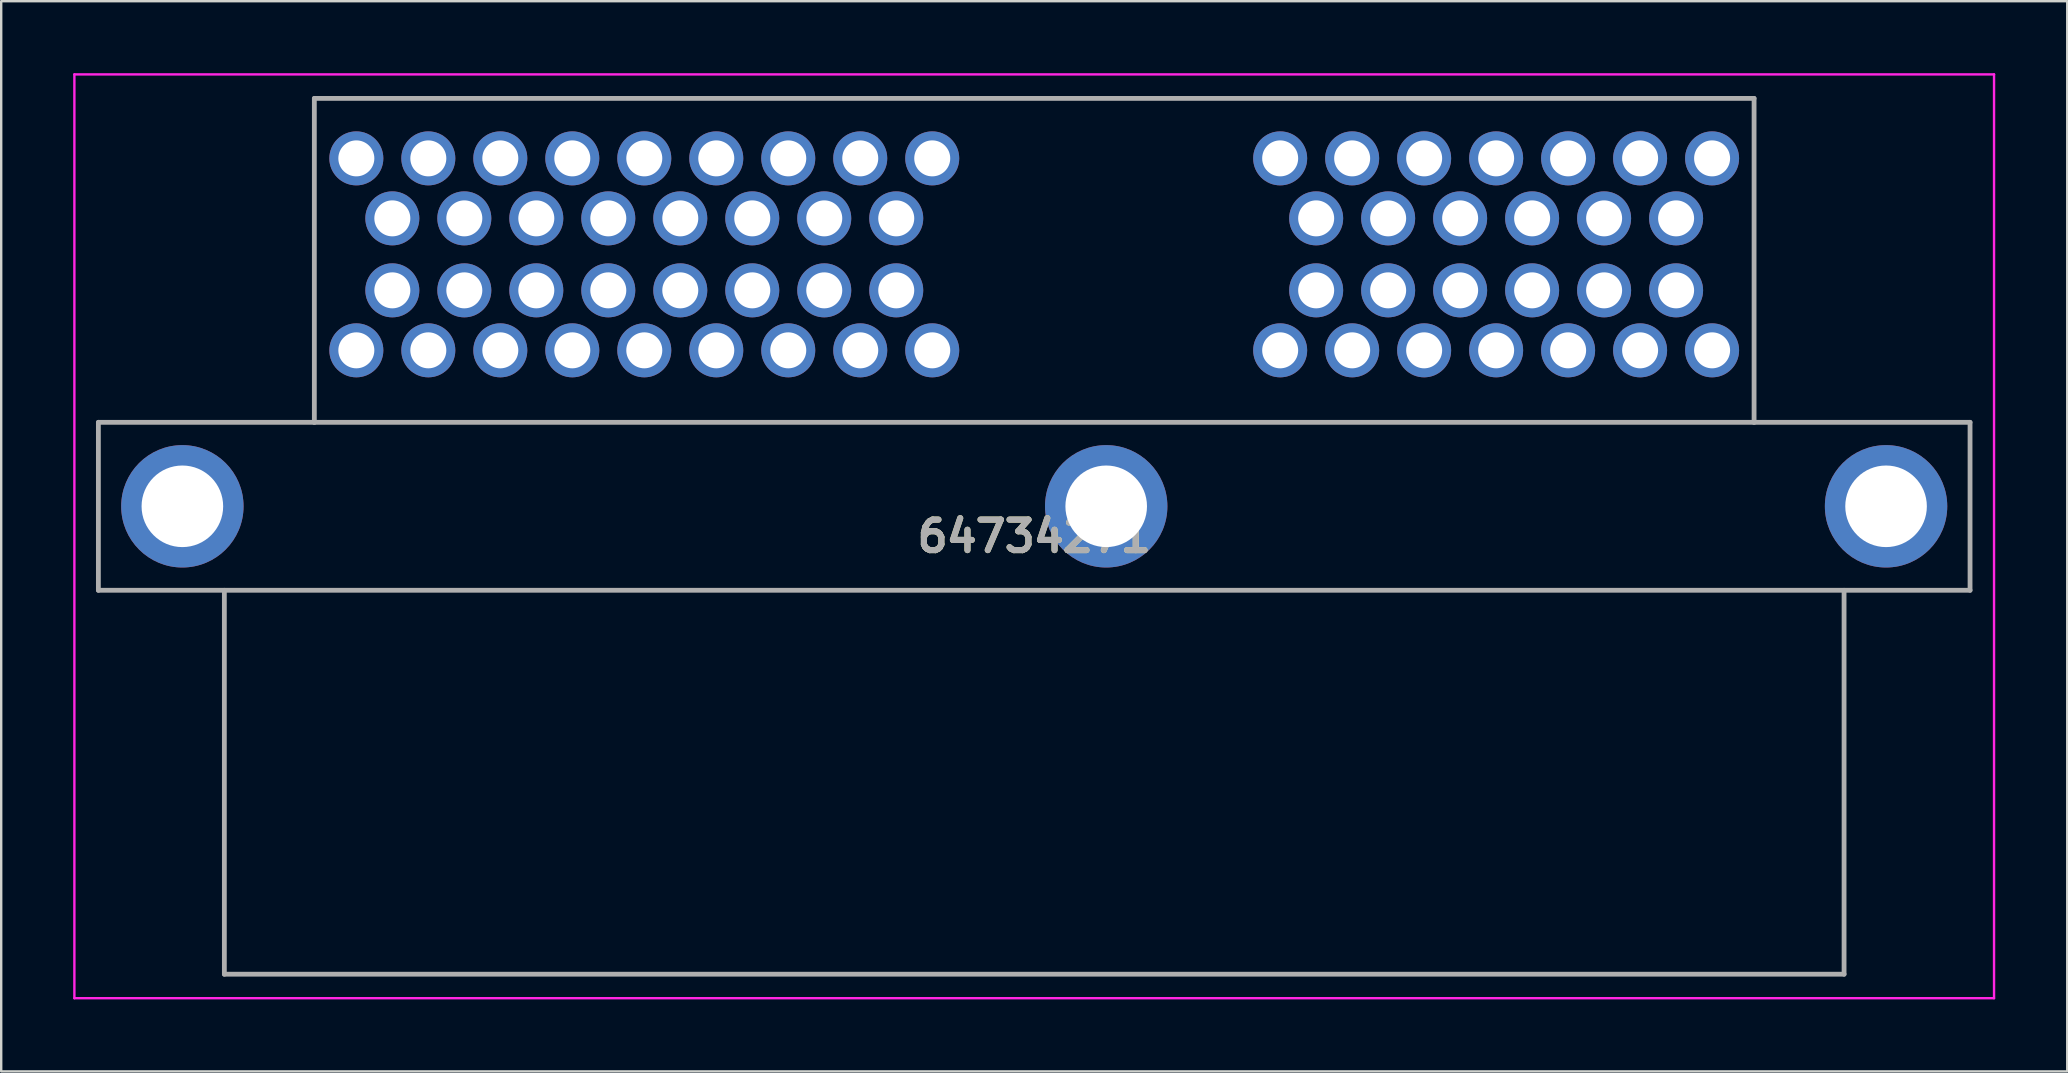
<source format=kicad_pcb>
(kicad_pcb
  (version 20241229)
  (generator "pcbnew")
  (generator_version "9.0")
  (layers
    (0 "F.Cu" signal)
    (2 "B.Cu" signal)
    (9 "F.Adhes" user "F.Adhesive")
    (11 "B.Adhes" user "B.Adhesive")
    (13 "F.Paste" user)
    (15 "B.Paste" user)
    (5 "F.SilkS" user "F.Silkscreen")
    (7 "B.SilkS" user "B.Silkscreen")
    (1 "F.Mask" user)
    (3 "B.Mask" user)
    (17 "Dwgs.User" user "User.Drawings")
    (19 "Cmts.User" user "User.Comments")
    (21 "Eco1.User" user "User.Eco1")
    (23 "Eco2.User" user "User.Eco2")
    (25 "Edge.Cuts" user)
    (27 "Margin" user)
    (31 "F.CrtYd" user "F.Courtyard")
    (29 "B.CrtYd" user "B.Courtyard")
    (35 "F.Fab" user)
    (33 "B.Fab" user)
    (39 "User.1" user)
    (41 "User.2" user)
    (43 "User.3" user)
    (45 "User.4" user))
  (footprint "64734271"
    (layer "F.Cu")
    (at 11.8 3.55)
    (property "Reference" "64734271" (at 28.25 15.75 0) (layer "F.SilkS") (effects (font (size 1.27 1.27) (thickness 0.254))))
    (attr through_hole)
    (fp_line (start -10.75 11) (end -1.75 11) (stroke (width 0.1) (type solid)) (layer "F.SilkS"))
    (fp_line (start -10.75 18) (end -10.75 11) (stroke (width 0.1) (type solid)) (layer "F.SilkS"))
    (fp_line (start -1.75 -2.5) (end 58.25 -2.5) (stroke (width 0.1) (type solid)) (layer "F.SilkS"))
    (fp_line (start -1.75 11) (end -1.75 -2.5) (stroke (width 0.1) (type solid)) (layer "F.SilkS"))
    (fp_line (start 58.25 -2.5) (end 58.25 11) (stroke (width 0.1) (type solid)) (layer "F.SilkS"))
    (fp_line (start 58.25 11) (end 67.25 11) (stroke (width 0.1) (type solid)) (layer "F.SilkS"))
    (fp_line (start 67.25 11) (end 67.25 18) (stroke (width 0.1) (type solid)) (layer "F.SilkS"))
    (fp_line (start 67.25 18) (end -10.75 18) (stroke (width 0.1) (type solid)) (layer "F.SilkS"))
    (fp_line (start -11.75 -3.5) (end 68.25 -3.5) (stroke (width 0.1) (type solid)) (layer "F.CrtYd"))
    (fp_line (start -11.75 35) (end -11.75 -3.5) (stroke (width 0.1) (type solid)) (layer "F.CrtYd"))
    (fp_line (start 68.25 -3.5) (end 68.25 35) (stroke (width 0.1) (type solid)) (layer "F.CrtYd"))
    (fp_line (start 68.25 35) (end -11.75 35) (stroke (width 0.1) (type solid)) (layer "F.CrtYd"))
    (fp_line (start -10.75 11) (end -10.75 18) (stroke (width 0.2) (type solid)) (layer "F.Fab"))
    (fp_line (start -10.75 18) (end 67.25 18) (stroke (width 0.2) (type solid)) (layer "F.Fab"))
    (fp_line (start -5.5 18) (end -5.5 34) (stroke (width 0.2) (type solid)) (layer "F.Fab"))
    (fp_line (start -5.5 34) (end 62 34) (stroke (width 0.2) (type solid)) (layer "F.Fab"))
    (fp_line (start -1.75 -2.5) (end 58.25 -2.5) (stroke (width 0.2) (type solid)) (layer "F.Fab"))
    (fp_line (start -1.75 11) (end -10.75 11) (stroke (width 0.2) (type solid)) (layer "F.Fab"))
    (fp_line (start -1.75 11) (end -1.75 -2.5) (stroke (width 0.2) (type solid)) (layer "F.Fab"))
    (fp_line (start 58.25 -2.5) (end 58.25 11) (stroke (width 0.2) (type solid)) (layer "F.Fab"))
    (fp_line (start 58.25 11) (end -1.75 11) (stroke (width 0.2) (type solid)) (layer "F.Fab"))
    (fp_line (start 62 34) (end 62 18) (stroke (width 0.2) (type solid)) (layer "F.Fab"))
    (fp_line (start 67.25 11) (end 58.25 11) (stroke (width 0.2) (type solid)) (layer "F.Fab"))
    (fp_line (start 67.25 18) (end 67.25 11) (stroke (width 0.2) (type solid)) (layer "F.Fab"))
    (fp_text user "${REFERENCE}" (at 28.25 15.75 0) (layer "F.Fab") (effects (font (size 1.27 1.27) (thickness 0.254))))
    (pad "1" thru_hole circle (at 0 0) (size 2.25 2.25) (drill 1.5) (layers "*.Cu" "*.Mask"))
    (pad "2" thru_hole circle (at 1.5 2.5) (size 2.25 2.25) (drill 1.5) (layers "*.Cu" "*.Mask"))
    (pad "3" thru_hole circle (at 3 0) (size 2.25 2.25) (drill 1.5) (layers "*.Cu" "*.Mask"))
    (pad "4" thru_hole circle (at 4.5 2.5) (size 2.25 2.25) (drill 1.5) (layers "*.Cu" "*.Mask"))
    (pad "5" thru_hole circle (at 6 0) (size 2.25 2.25) (drill 1.5) (layers "*.Cu" "*.Mask"))
    (pad "6" thru_hole circle (at 7.5 2.5) (size 2.25 2.25) (drill 1.5) (layers "*.Cu" "*.Mask"))
    (pad "7" thru_hole circle (at 9 0) (size 2.25 2.25) (drill 1.5) (layers "*.Cu" "*.Mask"))
    (pad "8" thru_hole circle (at 10.5 2.5) (size 2.25 2.25) (drill 1.5) (layers "*.Cu" "*.Mask"))
    (pad "9" thru_hole circle (at 12 0) (size 2.25 2.25) (drill 1.5) (layers "*.Cu" "*.Mask"))
    (pad "10" thru_hole circle (at 13.5 2.5) (size 2.25 2.25) (drill 1.5) (layers "*.Cu" "*.Mask"))
    (pad "11" thru_hole circle (at 15 0) (size 2.25 2.25) (drill 1.5) (layers "*.Cu" "*.Mask"))
    (pad "12" thru_hole circle (at 16.5 2.5) (size 2.25 2.25) (drill 1.5) (layers "*.Cu" "*.Mask"))
    (pad "13" thru_hole circle (at 18 0) (size 2.25 2.25) (drill 1.5) (layers "*.Cu" "*.Mask"))
    (pad "14" thru_hole circle (at 19.5 2.5) (size 2.25 2.25) (drill 1.5) (layers "*.Cu" "*.Mask"))
    (pad "15" thru_hole circle (at 21 0) (size 2.25 2.25) (drill 1.5) (layers "*.Cu" "*.Mask"))
    (pad "16" thru_hole circle (at 22.5 2.5) (size 2.25 2.25) (drill 1.5) (layers "*.Cu" "*.Mask"))
    (pad "17" thru_hole circle (at 24 0) (size 2.25 2.25) (drill 1.5) (layers "*.Cu" "*.Mask"))
    (pad "18" thru_hole circle (at 0 8) (size 2.25 2.25) (drill 1.5) (layers "*.Cu" "*.Mask"))
    (pad "19" thru_hole circle (at 1.5 5.5) (size 2.25 2.25) (drill 1.5) (layers "*.Cu" "*.Mask"))
    (pad "20" thru_hole circle (at 3 8) (size 2.25 2.25) (drill 1.5) (layers "*.Cu" "*.Mask"))
    (pad "21" thru_hole circle (at 4.5 5.5) (size 2.25 2.25) (drill 1.5) (layers "*.Cu" "*.Mask"))
    (pad "22" thru_hole circle (at 6 8) (size 2.25 2.25) (drill 1.5) (layers "*.Cu" "*.Mask"))
    (pad "23" thru_hole circle (at 7.5 5.5) (size 2.25 2.25) (drill 1.5) (layers "*.Cu" "*.Mask"))
    (pad "24" thru_hole circle (at 9 8) (size 2.25 2.25) (drill 1.5) (layers "*.Cu" "*.Mask"))
    (pad "25" thru_hole circle (at 10.5 5.5) (size 2.25 2.25) (drill 1.5) (layers "*.Cu" "*.Mask"))
    (pad "26" thru_hole circle (at 12 8) (size 2.25 2.25) (drill 1.5) (layers "*.Cu" "*.Mask"))
    (pad "27" thru_hole circle (at 13.5 5.5) (size 2.25 2.25) (drill 1.5) (layers "*.Cu" "*.Mask"))
    (pad "28" thru_hole circle (at 15 8) (size 2.25 2.25) (drill 1.5) (layers "*.Cu" "*.Mask"))
    (pad "29" thru_hole circle (at 16.5 5.5) (size 2.25 2.25) (drill 1.5) (layers "*.Cu" "*.Mask"))
    (pad "30" thru_hole circle (at 18 8) (size 2.25 2.25) (drill 1.5) (layers "*.Cu" "*.Mask"))
    (pad "31" thru_hole circle (at 19.5 5.5) (size 2.25 2.25) (drill 1.5) (layers "*.Cu" "*.Mask"))
    (pad "32" thru_hole circle (at 21 8) (size 2.25 2.25) (drill 1.5) (layers "*.Cu" "*.Mask"))
    (pad "33" thru_hole circle (at 22.5 5.5) (size 2.25 2.25) (drill 1.5) (layers "*.Cu" "*.Mask"))
    (pad "34" thru_hole circle (at 24 8) (size 2.25 2.25) (drill 1.5) (layers "*.Cu" "*.Mask"))
    (pad "35" thru_hole circle (at 38.5 0) (size 2.25 2.25) (drill 1.5) (layers "*.Cu" "*.Mask"))
    (pad "36" thru_hole circle (at 40 2.5) (size 2.25 2.25) (drill 1.5) (layers "*.Cu" "*.Mask"))
    (pad "37" thru_hole circle (at 41.5 0) (size 2.25 2.25) (drill 1.5) (layers "*.Cu" "*.Mask"))
    (pad "38" thru_hole circle (at 43 2.5) (size 2.25 2.25) (drill 1.5) (layers "*.Cu" "*.Mask"))
    (pad "39" thru_hole circle (at 44.5 0) (size 2.25 2.25) (drill 1.5) (layers "*.Cu" "*.Mask"))
    (pad "40" thru_hole circle (at 46 2.5) (size 2.25 2.25) (drill 1.5) (layers "*.Cu" "*.Mask"))
    (pad "41" thru_hole circle (at 47.5 0) (size 2.25 2.25) (drill 1.5) (layers "*.Cu" "*.Mask"))
    (pad "42" thru_hole circle (at 49 2.5) (size 2.25 2.25) (drill 1.5) (layers "*.Cu" "*.Mask"))
    (pad "43" thru_hole circle (at 50.5 0) (size 2.25 2.25) (drill 1.5) (layers "*.Cu" "*.Mask"))
    (pad "44" thru_hole circle (at 52 2.5) (size 2.25 2.25) (drill 1.5) (layers "*.Cu" "*.Mask"))
    (pad "45" thru_hole circle (at 53.5 0) (size 2.25 2.25) (drill 1.5) (layers "*.Cu" "*.Mask"))
    (pad "46" thru_hole circle (at 55 2.5) (size 2.25 2.25) (drill 1.5) (layers "*.Cu" "*.Mask"))
    (pad "47" thru_hole circle (at 56.5 0) (size 2.25 2.25) (drill 1.5) (layers "*.Cu" "*.Mask"))
    (pad "48" thru_hole circle (at 38.5 8) (size 2.25 2.25) (drill 1.5) (layers "*.Cu" "*.Mask"))
    (pad "49" thru_hole circle (at 40 5.5) (size 2.25 2.25) (drill 1.5) (layers "*.Cu" "*.Mask"))
    (pad "50" thru_hole circle (at 41.5 8) (size 2.25 2.25) (drill 1.5) (layers "*.Cu" "*.Mask"))
    (pad "51" thru_hole circle (at 43 5.5) (size 2.25 2.25) (drill 1.5) (layers "*.Cu" "*.Mask"))
    (pad "52" thru_hole circle (at 44.5 8) (size 2.25 2.25) (drill 1.5) (layers "*.Cu" "*.Mask"))
    (pad "53" thru_hole circle (at 46 5.5) (size 2.25 2.25) (drill 1.5) (layers "*.Cu" "*.Mask"))
    (pad "54" thru_hole circle (at 47.5 8) (size 2.25 2.25) (drill 1.5) (layers "*.Cu" "*.Mask"))
    (pad "55" thru_hole circle (at 49 5.5) (size 2.25 2.25) (drill 1.5) (layers "*.Cu" "*.Mask"))
    (pad "56" thru_hole circle (at 50.5 8) (size 2.25 2.25) (drill 1.5) (layers "*.Cu" "*.Mask"))
    (pad "57" thru_hole circle (at 52 5.5) (size 2.25 2.25) (drill 1.5) (layers "*.Cu" "*.Mask"))
    (pad "58" thru_hole circle (at 53.5 8) (size 2.25 2.25) (drill 1.5) (layers "*.Cu" "*.Mask"))
    (pad "59" thru_hole circle (at 55 5.5) (size 2.25 2.25) (drill 1.5) (layers "*.Cu" "*.Mask"))
    (pad "60" thru_hole circle (at 56.5 8) (size 2.25 2.25) (drill 1.5) (layers "*.Cu" "*.Mask"))
    (pad "MH1" thru_hole circle (at -7.25 14.5) (size 5.1 5.1) (drill 3.4) (layers "*.Cu" "*.Mask"))
    (pad "MH2" thru_hole circle (at 31.25 14.5) (size 5.1 5.1) (drill 3.4) (layers "*.Cu" "*.Mask"))
    (pad "MH3" thru_hole circle (at 63.75 14.5) (size 5.1 5.1) (drill 3.4) (layers "*.Cu" "*.Mask")))
  (gr_rect
    (start -3 -3)
    (end 83.1 41.6)
    (stroke (width 0.1) (type default))
    (fill no)
    (layer "Edge.Cuts")))
</source>
